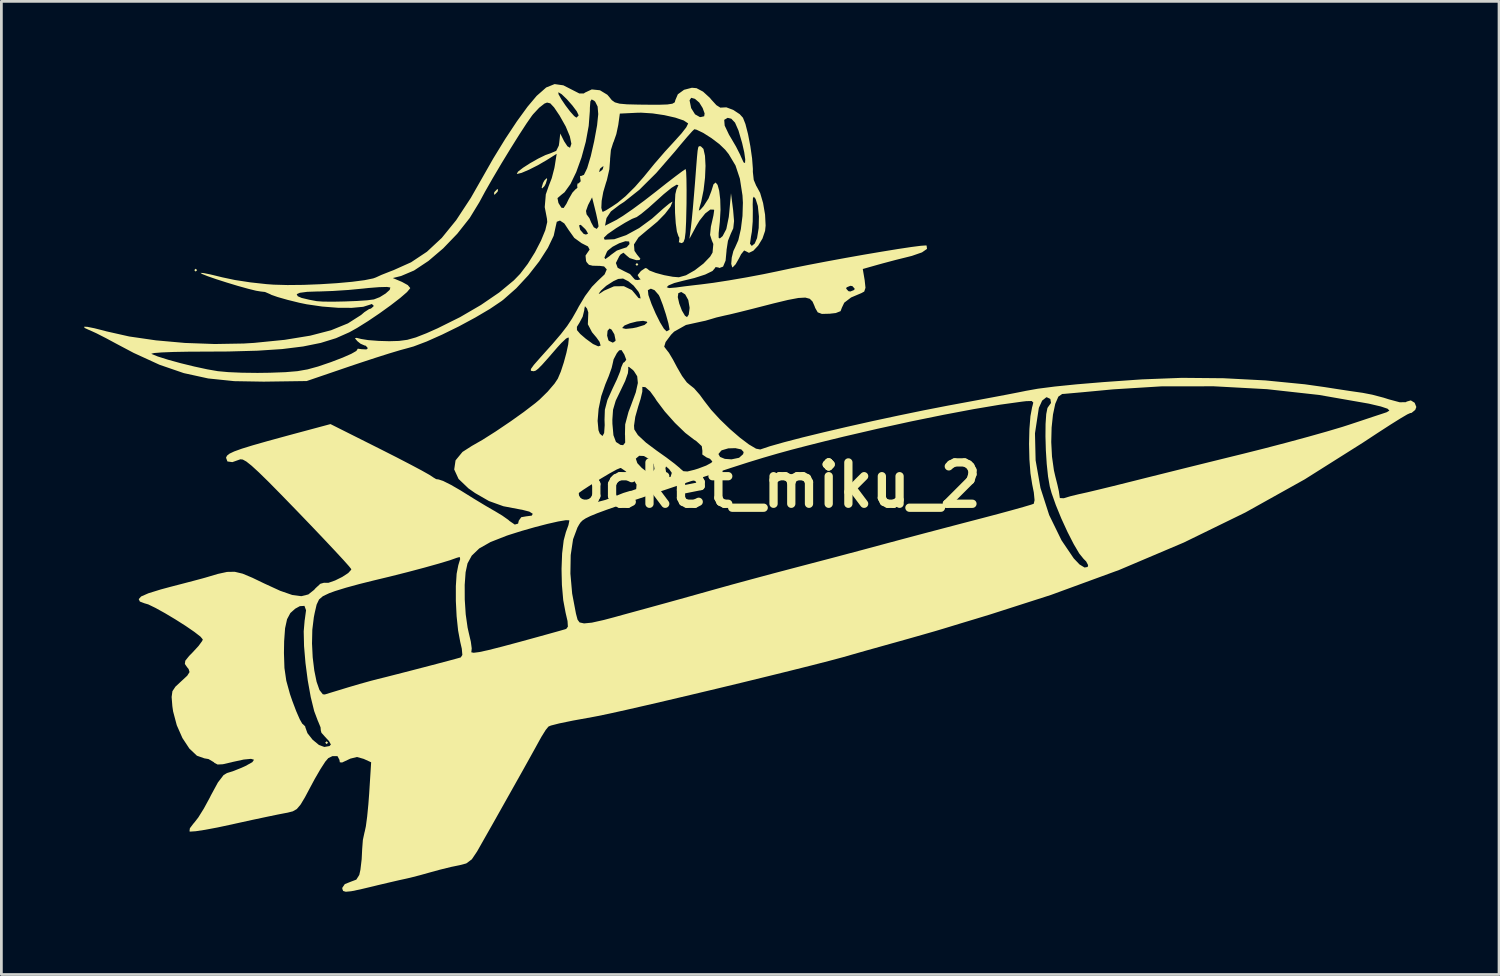
<source format=kicad_pcb>
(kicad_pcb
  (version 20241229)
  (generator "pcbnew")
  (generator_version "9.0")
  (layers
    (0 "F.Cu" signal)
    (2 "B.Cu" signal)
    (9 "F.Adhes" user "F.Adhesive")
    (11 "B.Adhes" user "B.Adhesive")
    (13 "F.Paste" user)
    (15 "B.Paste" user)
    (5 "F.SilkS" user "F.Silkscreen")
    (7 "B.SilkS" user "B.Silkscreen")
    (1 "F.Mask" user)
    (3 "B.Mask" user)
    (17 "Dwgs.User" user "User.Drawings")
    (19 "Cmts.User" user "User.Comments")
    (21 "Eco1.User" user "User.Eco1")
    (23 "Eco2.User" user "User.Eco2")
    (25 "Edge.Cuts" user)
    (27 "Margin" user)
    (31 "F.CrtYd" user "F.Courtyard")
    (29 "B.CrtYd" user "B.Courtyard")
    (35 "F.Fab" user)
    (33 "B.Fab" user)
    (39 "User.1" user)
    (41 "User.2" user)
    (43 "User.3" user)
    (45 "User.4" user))
  (footprint "rocket_miku_2"
    (layer "F.Cu")
    (at 24.543 14.544)
    (property "Reference" "rocket_miku_2" (at 0 0 0) (layer "F.SilkS") (effects (font (size 1.5 1.5) (thickness 0.3))))
    (attr board_only exclude_from_pos_files exclude_from_bom)
    (fp_poly (pts (xy -20.444 -7.796) (xy -20.496 -7.744) (xy -20.547 -7.796) (xy -20.496 -7.847)) (stroke (width 0) (type solid)) (fill yes) (layer "F.SilkS"))
    (fp_poly (pts (xy -15.694 9.344) (xy -15.746 9.396) (xy -15.798 9.344) (xy -15.746 9.293)) (stroke (width 0) (type solid)) (fill yes) (layer "F.SilkS"))
    (fp_poly (pts (xy -4.44 -8.002) (xy -4.491 -7.95) (xy -4.543 -8.002) (xy -4.491 -8.054)) (stroke (width 0) (type solid)) (fill yes) (layer "F.SilkS"))
    (fp_poly (pts (xy -9.532 -10.672) (xy -9.551 -10.635) (xy -9.648 -10.536) (xy -9.666 -10.532) (xy -9.673 -10.598) (xy -9.654 -10.635) (xy -9.557 -10.734) (xy -9.539 -10.738)) (stroke (width 0) (type solid)) (fill yes) (layer "F.SilkS"))
    (fp_poly (pts (xy -7.747 -11.1) (xy -7.798 -10.93) (xy -7.847 -10.841) (xy -7.929 -10.759) (xy -7.947 -10.79) (xy -7.896 -10.96) (xy -7.847 -11.048) (xy -7.765 -11.131)) (stroke (width 0) (type solid)) (fill yes) (layer "F.SilkS"))
    (fp_poly (pts (xy -7.159 -14.499) (xy -6.845 -14.339) (xy -6.581 -14.204) (xy -6.419 -14.203) (xy -6.373 -14.236) (xy -6.128 -14.351) (xy -5.832 -14.32) (xy -5.564 -14.157) (xy -5.498 -14.081) (xy -5.401 -13.96) (xy -5.289 -13.881) (xy -5.121 -13.834) (xy -4.852 -13.81) (xy -4.439 -13.8) (xy -4.199 -13.797) (xy -3.708 -13.794) (xy -3.387 -13.805) (xy -3.203 -13.833) (xy -3.118 -13.884) (xy -3.1 -13.953) (xy -2.581 -13.953) (xy -2.524 -13.673) (xy -2.383 -13.447) (xy -2.206 -13.347) (xy -2.182 -13.347) (xy -2.051 -13.377) (xy -2.036 -13.48) (xy -2.107 -13.676) (xy -2.231 -13.875) (xy -2.387 -14.009) (xy -2.522 -14.047) (xy -2.581 -13.958) (xy -2.581 -13.953) (xy -3.1 -13.953) (xy -3.098 -13.962) (xy -3.007 -14.174) (xy -2.782 -14.337) (xy -2.496 -14.411) (xy -2.33 -14.396) (xy -2.093 -14.271) (xy -1.845 -14.045) (xy -1.791 -13.979) (xy -1.608 -13.779) (xy -1.462 -13.688) (xy -1.428 -13.692) (xy -1.248 -13.701) (xy -0.999 -13.608) (xy -0.762 -13.452) (xy -0.645 -13.323) (xy -0.555 -13.095) (xy -0.461 -12.729) (xy -0.377 -12.291) (xy -0.314 -11.849) (xy -0.285 -11.47) (xy -0.286 -11.36) (xy -0.254 -11.068) (xy -0.161 -10.848) (xy -0.153 -10.839) (xy -0.023 -10.599) (xy 0.085 -10.23) (xy 0.157 -9.809) (xy 0.177 -9.414) (xy 0.158 -9.222) (xy 0.063 -8.942) (xy -0.092 -8.687) (xy -0.268 -8.5) (xy -0.428 -8.423) (xy -0.519 -8.471) (xy -0.602 -8.509) (xy -0.713 -8.371) (xy -0.784 -8.232) (xy -0.911 -8.008) (xy -1.014 -7.901) (xy -1.036 -7.901) (xy -1.07 -8.024) (xy -1.052 -8.25) (xy -0.993 -8.488) (xy -0.929 -8.622) (xy -0.87 -8.755) (xy -0.39 -8.755) (xy -0.325 -8.673) (xy -0.218 -8.761) (xy -0.134 -8.957) (xy -0.074 -9.325) (xy -0.066 -9.742) (xy -0.105 -10.122) (xy -0.186 -10.378) (xy -0.251 -10.46) (xy -0.284 -10.404) (xy -0.292 -10.184) (xy -0.287 -9.964) (xy -0.291 -9.561) (xy -0.322 -9.189) (xy -0.354 -9.009) (xy -0.39 -8.755) (xy -0.87 -8.755) (xy -0.813 -8.884) (xy -0.721 -9.285) (xy -0.662 -9.759) (xy -0.647 -10.24) (xy -0.662 -10.505) (xy -0.757 -11.115) (xy -0.915 -11.591) (xy -1.162 -12.004) (xy -1.288 -12.162) (xy -1.501 -12.367) (xy -1.788 -12.584) (xy -2.085 -12.773) (xy -2.327 -12.889) (xy -2.408 -12.907) (xy -2.487 -12.832) (xy -2.666 -12.631) (xy -2.916 -12.337) (xy -3.107 -12.106) (xy -3.79 -11.319) (xy -4.403 -10.71) (xy -4.955 -10.272) (xy -5.125 -10.162) (xy -5.435 -9.925) (xy -5.593 -9.687) (xy -5.6 -9.657) (xy -5.648 -9.407) (xy -5.24 -9.615) (xy -5 -9.762) (xy -4.648 -10.005) (xy -4.231 -10.312) (xy -3.805 -10.642) (xy -3.414 -10.951) (xy -3.082 -11.206) (xy -2.843 -11.384) (xy -2.729 -11.46) (xy -2.724 -11.461) (xy -2.706 -11.364) (xy -2.695 -11.099) (xy -2.69 -10.704) (xy -2.692 -10.218) (xy -2.694 -10.119) (xy -2.707 -9.559) (xy -2.726 -9.175) (xy -2.756 -8.937) (xy -2.801 -8.815) (xy -2.864 -8.777) (xy -2.872 -8.776) (xy -2.974 -8.81) (xy -2.961 -8.844) (xy -2.953 -8.971) (xy -2.985 -9.025) (xy -3.041 -9.192) (xy -3.083 -9.496) (xy -3.108 -9.87) (xy -3.114 -10.244) (xy -3.098 -10.551) (xy -3.058 -10.719) (xy -2.987 -10.877) (xy -3.049 -10.896) (xy -3.231 -10.785) (xy -3.52 -10.55) (xy -3.758 -10.335) (xy -4.07 -10.055) (xy -4.332 -9.839) (xy -4.502 -9.719) (xy -4.538 -9.706) (xy -4.672 -9.653) (xy -4.923 -9.515) (xy -5.237 -9.322) (xy -5.238 -9.322) (xy -5.552 -9.105) (xy -5.691 -8.97) (xy -5.666 -8.905) (xy -5.652 -8.901) (xy -5.311 -8.917) (xy -4.881 -9.065) (xy -4.41 -9.322) (xy -3.945 -9.663) (xy -3.816 -9.778) (xy -3.533 -10.031) (xy -3.32 -10.208) (xy -3.209 -10.279) (xy -3.201 -10.275) (xy -3.276 -10.093) (xy -3.473 -9.837) (xy -3.747 -9.556) (xy -4.055 -9.299) (xy -4.082 -9.279) (xy -4.434 -8.983) (xy -4.598 -8.728) (xy -4.58 -8.496) (xy -4.485 -8.356) (xy -4.366 -8.211) (xy -4.398 -8.162) (xy -4.514 -8.157) (xy -4.754 -8.233) (xy -4.861 -8.321) (xy -4.979 -8.428) (xy -5.081 -8.367) (xy -5.131 -8.301) (xy -5.254 -8.055) (xy -5.189 -7.881) (xy -4.956 -7.759) (xy -4.741 -7.654) (xy -4.647 -7.547) (xy -4.646 -7.543) (xy -4.561 -7.451) (xy -4.466 -7.436) (xy -4.356 -7.461) (xy -4.412 -7.518) (xy -4.466 -7.616) (xy -4.347 -7.763) (xy -4.334 -7.773) (xy -4.186 -7.872) (xy -4.13 -7.858) (xy -4.039 -7.783) (xy -3.808 -7.695) (xy -3.503 -7.613) (xy -3.189 -7.555) (xy -2.969 -7.537) (xy -2.712 -7.609) (xy -2.393 -7.791) (xy -2.078 -8.033) (xy -1.835 -8.286) (xy -1.748 -8.433) (xy -1.72 -8.744) (xy -1.773 -8.869) (xy -1.838 -9.074) (xy -1.808 -9.373) (xy -1.777 -9.508) (xy -1.715 -9.784) (xy -1.69 -9.96) (xy -1.694 -9.989) (xy -1.827 -9.994) (xy -2.015 -9.851) (xy -2.221 -9.592) (xy -2.331 -9.409) (xy -2.587 -8.931) (xy -2.533 -9.344) (xy -2.503 -9.613) (xy -2.463 -10.028) (xy -2.42 -10.531) (xy -2.382 -10.996) (xy -2.341 -11.534) (xy -2.312 -11.899) (xy -2.29 -12.124) (xy -2.269 -12.242) (xy -2.245 -12.287) (xy -2.212 -12.291) (xy -2.173 -12.287) (xy -2.078 -12.193) (xy -2.022 -11.942) (xy -2.003 -11.578) (xy -2.021 -11.148) (xy -2.074 -10.696) (xy -2.161 -10.268) (xy -2.221 -10.067) (xy -2.247 -9.953) (xy -2.184 -9.992) (xy -2.072 -10.119) (xy -1.893 -10.397) (xy -1.791 -10.663) (xy -1.714 -10.908) (xy -1.636 -10.974) (xy -1.565 -10.888) (xy -1.507 -10.676) (xy -1.47 -10.365) (xy -1.459 -9.982) (xy -1.483 -9.555) (xy -1.491 -9.479) (xy -1.526 -9.14) (xy -1.527 -8.972) (xy -1.486 -8.943) (xy -1.395 -9.019) (xy -1.382 -9.032) (xy -1.249 -9.284) (xy -1.159 -9.724) (xy -1.141 -9.897) (xy -1.079 -10.583) (xy -1.002 -9.975) (xy -0.968 -9.577) (xy -0.997 -9.311) (xy -1.082 -9.127) (xy -1.189 -8.86) (xy -1.24 -8.529) (xy -1.241 -8.496) (xy -1.275 -8.142) (xy -1.366 -7.924) (xy -1.498 -7.874) (xy -1.537 -7.892) (xy -1.642 -7.908) (xy -1.653 -7.879) (xy -1.75 -7.765) (xy -2.015 -7.636) (xy -2.413 -7.508) (xy -2.809 -7.413) (xy -3.133 -7.329) (xy -3.341 -7.244) (xy -3.411 -7.177) (xy -3.326 -7.145) (xy -3.072 -7.166) (xy -2.771 -7.207) (xy -2.379 -7.254) (xy -2.168 -7.278) (xy -1.725 -7.335) (xy -1.152 -7.424) (xy -0.524 -7.532) (xy 0.087 -7.647) (xy 0.586 -7.75) (xy 1.111 -7.862) (xy 1.721 -7.984) (xy 2.386 -8.111) (xy 3.074 -8.238) (xy 3.756 -8.359) (xy 4.401 -8.468) (xy 4.977 -8.562) (xy 5.455 -8.634) (xy 5.803 -8.679) (xy 5.992 -8.692) (xy 6.016 -8.687) (xy 6.03 -8.566) (xy 5.849 -8.44) (xy 5.483 -8.313) (xy 5.317 -8.271) (xy 4.895 -8.166) (xy 4.429 -8.042) (xy 4.251 -7.993) (xy 3.701 -7.837) (xy 3.77 -7.429) (xy 3.799 -7.156) (xy 3.754 -7.019) (xy 3.649 -6.962) (xy 3.278 -6.805) (xy 3.029 -6.615) (xy 2.943 -6.434) (xy 2.895 -6.308) (xy 2.722 -6.24) (xy 2.501 -6.215) (xy 2.218 -6.208) (xy 2.067 -6.265) (xy 1.976 -6.423) (xy 1.948 -6.499) (xy 1.878 -6.657) (xy 1.778 -6.757) (xy 1.617 -6.8) (xy 1.364 -6.786) (xy 0.988 -6.715) (xy 0.46 -6.588) (xy 0.138 -6.505) (xy -0.354 -6.379) (xy -0.793 -6.269) (xy -1.128 -6.188) (xy -1.303 -6.15) (xy -1.608 -6.079) (xy -1.782 -6.027) (xy -2.007 -5.961) (xy -2.117 -5.938) (xy -2.712 -5.807) (xy -3.142 -5.565) (xy -3.253 -5.453) (xy -3.451 -5.188) (xy -3.502 -5.02) (xy -3.421 -4.913) (xy -3.33 -4.797) (xy -3.184 -4.552) (xy -3.037 -4.275) (xy -2.855 -3.959) (xy -2.68 -3.723) (xy -2.567 -3.628) (xy -2.418 -3.51) (xy -2.211 -3.274) (xy -2.048 -3.051) (xy -1.799 -2.729) (xy -1.478 -2.38) (xy -1.119 -2.034) (xy -0.758 -1.722) (xy -0.43 -1.474) (xy -0.17 -1.32) (xy -0.018 -1.291) (xy 0.328 -1.407) (xy 0.847 -1.554) (xy 1.508 -1.726) (xy 2.283 -1.915) (xy 3.14 -2.115) (xy 4.049 -2.319) (xy 4.982 -2.519) (xy 5.907 -2.71) (xy 6.795 -2.883) (xy 7.124 -2.944) (xy 7.778 -3.065) (xy 8.393 -3.18) (xy 8.928 -3.281) (xy 9.343 -3.362) (xy 9.596 -3.413) (xy 9.602 -3.415) (xy 10.051 -3.495) (xy 10.666 -3.574) (xy 11.456 -3.654) (xy 12.431 -3.735) (xy 13.601 -3.818) (xy 13.836 -3.834) (xy 15.274 -3.889) (xy 16.789 -3.875) (xy 18.303 -3.796) (xy 19.737 -3.655) (xy 20.444 -3.555) (xy 20.925 -3.48) (xy 21.379 -3.411) (xy 21.732 -3.36) (xy 21.836 -3.345) (xy 22.181 -3.278) (xy 22.594 -3.169) (xy 22.787 -3.108) (xy 23.177 -3.003) (xy 23.399 -3.007) (xy 23.43 -3.028) (xy 23.58 -3.071) (xy 23.719 -2.984) (xy 23.779 -2.832) (xy 23.739 -2.726) (xy 23.606 -2.618) (xy 23.554 -2.61) (xy 23.45 -2.563) (xy 23.202 -2.417) (xy 22.839 -2.19) (xy 22.388 -1.898) (xy 21.875 -1.561) (xy 21.834 -1.534) (xy 19.73 -0.207) (xy 17.578 0.994) (xy 15.346 2.084) (xy 13.005 3.077) (xy 10.521 3.987) (xy 8.312 4.696) (xy 7.786 4.856) (xy 7.285 5.007) (xy 6.869 5.134) (xy 6.606 5.214) (xy 6.328 5.297) (xy 5.906 5.418) (xy 5.396 5.563) (xy 4.851 5.716) (xy 4.8 5.73) (xy 4.292 5.872) (xy 3.848 5.996) (xy 3.511 6.092) (xy 3.321 6.146) (xy 3.304 6.151) (xy 2.976 6.245) (xy 2.477 6.378) (xy 1.835 6.543) (xy 1.081 6.732) (xy 0.243 6.939) (xy -0.649 7.157) (xy -1.565 7.378) (xy -2.476 7.595) (xy -3.352 7.802) (xy -4.164 7.991) (xy -4.882 8.155) (xy -5.477 8.287) (xy -5.92 8.379) (xy -6.092 8.412) (xy -6.803 8.541) (xy -7.309 8.645) (xy -7.611 8.722) (xy -7.699 8.759) (xy -7.801 8.884) (xy -7.953 9.128) (xy -8.045 9.293) (xy -8.175 9.53) (xy -8.388 9.914) (xy -8.664 10.409) (xy -8.986 10.982) (xy -9.333 11.599) (xy -9.686 12.227) (xy -10.028 12.83) (xy -10.288 13.289) (xy -10.48 13.575) (xy -10.682 13.724) (xy -10.921 13.787) (xy -11.228 13.85) (xy -11.634 13.95) (xy -11.977 14.044) (xy -12.364 14.152) (xy -12.706 14.24) (xy -12.907 14.286) (xy -13.124 14.333) (xy -13.477 14.415) (xy -13.901 14.515) (xy -14.042 14.55) (xy -14.533 14.667) (xy -14.858 14.733) (xy -15.051 14.751) (xy -15.146 14.723) (xy -15.176 14.649) (xy -15.178 14.608) (xy -15.086 14.473) (xy -14.88 14.391) (xy -14.669 14.311) (xy -14.561 14.14) (xy -14.52 13.954) (xy -14.475 13.572) (xy -14.456 13.197) (xy -14.431 12.87) (xy -14.371 12.592) (xy -14.366 12.578) (xy -14.323 12.379) (xy -14.276 12.028) (xy -14.232 11.579) (xy -14.203 11.197) (xy -14.131 10.055) (xy -14.401 9.932) (xy -14.644 9.863) (xy -14.884 9.922) (xy -14.977 9.966) (xy -15.184 10.063) (xy -15.267 10.055) (xy -15.281 9.966) (xy -15.353 9.831) (xy -15.539 9.833) (xy -15.686 9.905) (xy -15.795 10.032) (xy -15.968 10.3) (xy -16.178 10.662) (xy -16.31 10.908) (xy -16.531 11.323) (xy -16.692 11.591) (xy -16.827 11.75) (xy -16.972 11.834) (xy -17.161 11.882) (xy -17.248 11.898) (xy -17.517 11.95) (xy -17.936 12.037) (xy -18.453 12.147) (xy -19.017 12.271) (xy -19.177 12.307) (xy -19.702 12.419) (xy -20.154 12.504) (xy -20.497 12.556) (xy -20.691 12.569) (xy -20.72 12.562) (xy -20.706 12.448) (xy -20.573 12.272) (xy -20.558 12.258) (xy -20.401 12.057) (xy -20.198 11.731) (xy -19.987 11.343) (xy -19.944 11.256) (xy -19.689 10.787) (xy -19.482 10.517) (xy -19.359 10.445) (xy -19.145 10.379) (xy -18.839 10.257) (xy -18.689 10.189) (xy -18.441 10.051) (xy -18.379 9.963) (xy -18.489 9.93) (xy -18.754 9.956) (xy -19.16 10.044) (xy -19.179 10.05) (xy -19.508 10.126) (xy -19.699 10.136) (xy -19.812 10.079) (xy -19.837 10.052) (xy -20.029 9.938) (xy -20.18 9.912) (xy -20.45 9.817) (xy -20.724 9.558) (xy -20.976 9.176) (xy -21.181 8.712) (xy -21.315 8.207) (xy -21.342 8.018) (xy -21.368 7.686) (xy -21.339 7.477) (xy -21.228 7.31) (xy -21.022 7.119) (xy -20.801 6.914) (xy -20.718 6.783) (xy -20.751 6.674) (xy -20.805 6.608) (xy -20.888 6.489) (xy -20.872 6.371) (xy -20.735 6.2) (xy -20.629 6.092) (xy -17.294 6.092) (xy -17.276 6.636) (xy -17.209 7.097) (xy -17.074 7.585) (xy -16.993 7.821) (xy -16.849 8.202) (xy -16.721 8.495) (xy -16.629 8.656) (xy -16.606 8.673) (xy -16.523 8.753) (xy -16.52 8.781) (xy -16.442 8.998) (xy -16.254 9.237) (xy -16.023 9.428) (xy -15.83 9.499) (xy -15.645 9.467) (xy -15.591 9.412) (xy -15.66 9.285) (xy -15.798 9.137) (xy -15.934 8.985) (xy -15.957 8.902) (xy -15.966 8.787) (xy -16.053 8.575) (xy -16.062 8.558) (xy -16.197 8.199) (xy -16.322 7.69) (xy -16.43 7.089) (xy -16.513 6.453) (xy -16.565 5.839) (xy -16.567 5.745) (xy -16.276 5.745) (xy -16.251 6.251) (xy -16.193 6.727) (xy -16.11 7.134) (xy -16.005 7.434) (xy -15.885 7.588) (xy -15.814 7.596) (xy -15.631 7.54) (xy -15.319 7.445) (xy -14.972 7.339) (xy -14.551 7.215) (xy -14.142 7.101) (xy -13.887 7.035) (xy -13.604 6.965) (xy -13.205 6.863) (xy -12.734 6.742) (xy -12.237 6.613) (xy -11.759 6.488) (xy -11.343 6.378) (xy -11.036 6.295) (xy -10.883 6.252) (xy -10.88 6.251) (xy -10.823 6.161) (xy -10.843 5.934) (xy -10.899 5.692) (xy -10.977 5.275) (xy -11.031 4.758) (xy -11.059 4.202) (xy -11.059 3.668) (xy -11.056 3.62) (xy -10.738 3.62) (xy -10.736 4.151) (xy -10.701 4.688) (xy -10.633 5.169) (xy -10.59 5.361) (xy -10.515 5.682) (xy -10.483 5.922) (xy -10.491 6.006) (xy -10.499 6.065) (xy -10.413 6.083) (xy -10.212 6.058) (xy -9.877 5.985) (xy -9.385 5.86) (xy -8.717 5.681) (xy -8.699 5.676) (xy -8.161 5.528) (xy -7.691 5.398) (xy -7.325 5.296) (xy -7.101 5.232) (xy -7.055 5.217) (xy -6.995 5.136) (xy -7.008 4.933) (xy -7.079 4.627) (xy -7.164 4.174) (xy -7.212 3.623) (xy -7.222 3.212) (xy -6.904 3.212) (xy -6.84 3.936) (xy -6.702 4.664) (xy -6.644 4.882) (xy -6.571 4.982) (xy -6.408 5.018) (xy -6.125 4.99) (xy -5.695 4.894) (xy -5.317 4.794) (xy -4.975 4.699) (xy -4.517 4.574) (xy -4.024 4.439) (xy -3.872 4.397) (xy -3.388 4.264) (xy -2.787 4.097) (xy -2.152 3.919) (xy -1.645 3.777) (xy -1.049 3.611) (xy -0.334 3.417) (xy 0.416 3.215) (xy 1.12 3.029) (xy 1.246 2.996) (xy 1.89 2.827) (xy 2.558 2.652) (xy 3.182 2.486) (xy 3.694 2.35) (xy 3.82 2.316) (xy 4.611 2.103) (xy 5.287 1.922) (xy 5.915 1.755) (xy 6.557 1.586) (xy 7.279 1.396) (xy 8.027 1.201) (xy 8.607 1.048) (xy 9.118 0.909) (xy 9.528 0.794) (xy 9.801 0.713) (xy 9.902 0.678) (xy 9.932 0.549) (xy 9.905 0.269) (xy 9.846 -0.026) (xy 9.783 -0.425) (xy 9.745 -0.933) (xy 9.732 -1.489) (xy 9.741 -1.877) (xy 9.947 -1.877) (xy 9.97 -0.898) (xy 10.146 0.105) (xy 10.462 1.088) (xy 10.91 2.005) (xy 11.353 2.659) (xy 11.563 2.88) (xy 11.745 2.99) (xy 11.857 2.971) (xy 11.874 2.904) (xy 11.803 2.77) (xy 11.71 2.677) (xy 11.553 2.483) (xy 11.352 2.142) (xy 11.128 1.704) (xy 10.904 1.216) (xy 10.704 0.728) (xy 10.549 0.289) (xy 10.485 0.057) (xy 10.421 -0.311) (xy 10.373 -0.767) (xy 10.341 -1.267) (xy 10.333 -1.561) (xy 10.537 -1.561) (xy 10.564 -1.032) (xy 10.634 -0.533) (xy 10.683 -0.32) (xy 10.763 -0.003) (xy 10.814 0.226) (xy 10.824 0.3) (xy 10.849 0.471) (xy 10.994 0.478) (xy 11.022 0.468) (xy 11.239 0.403) (xy 11.545 0.329) (xy 11.616 0.314) (xy 11.867 0.258) (xy 12.268 0.162) (xy 12.769 0.04) (xy 13.321 -0.098) (xy 13.474 -0.136) (xy 13.999 -0.268) (xy 14.673 -0.436) (xy 15.447 -0.629) (xy 16.271 -0.833) (xy 17.094 -1.036) (xy 17.501 -1.136) (xy 18.288 -1.334) (xy 19.086 -1.543) (xy 19.849 -1.75) (xy 20.53 -1.942) (xy 21.083 -2.106) (xy 21.322 -2.183) (xy 21.805 -2.343) (xy 22.224 -2.483) (xy 22.537 -2.586) (xy 22.699 -2.64) (xy 22.704 -2.642) (xy 22.802 -2.701) (xy 22.736 -2.769) (xy 22.494 -2.85) (xy 22.061 -2.952) (xy 22.024 -2.959) (xy 20.25 -3.269) (xy 18.363 -3.478) (xy 16.431 -3.583) (xy 14.523 -3.58) (xy 12.772 -3.471) (xy 12.191 -3.416) (xy 11.68 -3.368) (xy 11.276 -3.332) (xy 11.015 -3.309) (xy 10.934 -3.304) (xy 10.795 -3.208) (xy 10.682 -2.946) (xy 10.6 -2.558) (xy 10.55 -2.084) (xy 10.537 -1.561) (xy 10.333 -1.561) (xy 10.327 -1.765) (xy 10.331 -2.216) (xy 10.355 -2.574) (xy 10.399 -2.795) (xy 10.428 -2.839) (xy 10.528 -2.978) (xy 10.504 -3.124) (xy 10.376 -3.185) (xy 10.355 -3.182) (xy 10.207 -3.063) (xy 10.091 -2.809) (xy 10.085 -2.787) (xy 9.947 -1.877) (xy 9.741 -1.877) (xy 9.745 -2.032) (xy 9.782 -2.499) (xy 9.844 -2.83) (xy 9.853 -2.857) (xy 9.886 -2.993) (xy 9.827 -3.049) (xy 9.629 -3.044) (xy 9.483 -3.027) (xy 8.682 -2.916) (xy 7.719 -2.754) (xy 6.633 -2.549) (xy 5.459 -2.31) (xy 4.235 -2.042) (xy 2.998 -1.755) (xy 2.323 -1.59) (xy 1.684 -1.429) (xy 1.125 -1.284) (xy 0.609 -1.142) (xy 0.096 -0.993) (xy -0.453 -0.825) (xy -1.075 -0.625) (xy -1.809 -0.383) (xy -2.694 -0.087) (xy -2.839 -0.038) (xy -3.771 0.275) (xy -4.527 0.529) (xy -5.127 0.734) (xy -5.59 0.896) (xy -5.935 1.023) (xy -6.183 1.125) (xy -6.353 1.209) (xy -6.463 1.282) (xy -6.535 1.354) (xy -6.587 1.432) (xy -6.639 1.524) (xy -6.647 1.537) (xy -6.807 1.966) (xy -6.893 2.54) (xy -6.904 3.212) (xy -7.222 3.212) (xy -7.225 3.037) (xy -7.204 2.477) (xy -7.147 2.004) (xy -7.067 1.705) (xy -6.975 1.454) (xy -6.943 1.297) (xy -6.948 1.277) (xy -7.072 1.274) (xy -7.35 1.321) (xy -7.739 1.409) (xy -8.194 1.527) (xy -8.674 1.664) (xy -9.134 1.809) (xy -9.217 1.837) (xy -9.8 2.066) (xy -10.211 2.299) (xy -10.482 2.56) (xy -10.636 2.842) (xy -10.705 3.162) (xy -10.738 3.62) (xy -11.056 3.62) (xy -11.03 3.216) (xy -10.97 2.908) (xy -10.902 2.684) (xy -10.919 2.609) (xy -11.027 2.639) (xy -11.271 2.726) (xy -11.676 2.848) (xy -12.201 2.995) (xy -12.807 3.156) (xy -13.453 3.319) (xy -14.042 3.461) (xy -14.559 3.59) (xy -15.046 3.723) (xy -15.441 3.845) (xy -15.655 3.923) (xy -15.882 4.031) (xy -16.021 4.15) (xy -16.109 4.336) (xy -16.181 4.648) (xy -16.21 4.797) (xy -16.265 5.247) (xy -16.276 5.745) (xy -16.567 5.745) (xy -16.577 5.305) (xy -16.543 4.906) (xy -16.537 4.875) (xy -16.492 4.541) (xy -16.55 4.382) (xy -16.718 4.392) (xy -16.885 4.484) (xy -17.061 4.641) (xy -17.181 4.866) (xy -17.253 5.194) (xy -17.287 5.664) (xy -17.294 6.092) (xy -20.629 6.092) (xy -20.602 6.064) (xy -20.391 5.835) (xy -20.26 5.656) (xy -20.237 5.599) (xy -20.321 5.498) (xy -20.543 5.326) (xy -20.86 5.108) (xy -21.23 4.873) (xy -21.608 4.647) (xy -21.951 4.457) (xy -22.217 4.328) (xy -22.351 4.289) (xy -22.52 4.225) (xy -22.561 4.137) (xy -22.475 4.041) (xy -22.211 3.925) (xy -21.759 3.785) (xy -21.425 3.695) (xy -20.955 3.573) (xy -20.551 3.467) (xy -20.259 3.389) (xy -20.134 3.354) (xy -19.688 3.222) (xy -19.356 3.15) (xy -19.079 3.145) (xy -18.794 3.213) (xy -18.441 3.361) (xy -18.007 3.57) (xy -17.43 3.835) (xy -16.992 3.987) (xy -16.663 4.03) (xy -16.409 3.967) (xy -16.199 3.8) (xy -16.15 3.743) (xy -15.975 3.581) (xy -15.834 3.541) (xy -15.824 3.546) (xy -15.676 3.544) (xy -15.44 3.461) (xy -15.179 3.332) (xy -14.963 3.191) (xy -14.855 3.072) (xy -14.854 3.046) (xy -14.932 2.947) (xy -15.134 2.72) (xy -15.442 2.387) (xy -15.837 1.967) (xy -16.3 1.48) (xy -16.801 0.959) (xy -17.388 0.354) (xy -17.851 -0.116) (xy -18.206 -0.463) (xy -18.469 -0.704) (xy -18.658 -0.854) (xy -18.788 -0.926) (xy -18.876 -0.935) (xy -18.902 -0.925) (xy -19.164 -0.832) (xy -19.344 -0.856) (xy -19.394 -0.991) (xy -19.393 -0.997) (xy -19.358 -1.068) (xy -19.267 -1.14) (xy -19.096 -1.221) (xy -18.824 -1.319) (xy -18.429 -1.441) (xy -17.888 -1.595) (xy -17.179 -1.789) (xy -16.812 -1.888) (xy -15.606 -2.212) (xy -13.766 -1.289) (xy -13.202 -1.003) (xy -12.705 -0.745) (xy -12.302 -0.531) (xy -12.023 -0.374) (xy -11.896 -0.292) (xy -11.891 -0.286) (xy -11.773 -0.215) (xy -11.685 -0.204) (xy -11.521 -0.15) (xy -11.239 -0.009) (xy -10.891 0.192) (xy -10.79 0.255) (xy -10.389 0.504) (xy -9.997 0.741) (xy -9.691 0.919) (xy -9.661 0.935) (xy -9.377 1.106) (xy -9.156 1.262) (xy -9.111 1.303) (xy -8.921 1.433) (xy -8.801 1.398) (xy -8.776 1.291) (xy -8.687 1.166) (xy -8.518 1.136) (xy -8.305 1.108) (xy -8.269 1.042) (xy -8.393 0.963) (xy -8.658 0.895) (xy -8.699 0.889) (xy -9.333 0.768) (xy -9.856 0.58) (xy -9.86 0.578) (xy -6.794 0.578) (xy -6.656 0.666) (xy -6.393 0.688) (xy -6.037 0.644) (xy -5.625 0.536) (xy -5.279 0.404) (xy -4.982 0.286) (xy -4.752 0.216) (xy -4.691 0.207) (xy -4.518 0.146) (xy -4.504 -0.017) (xy -4.647 -0.252) (xy -4.706 -0.318) (xy -4.911 -0.509) (xy -5.064 -0.613) (xy -5.09 -0.62) (xy -5.22 -0.567) (xy -5.471 -0.43) (xy -5.792 -0.239) (xy -6.133 -0.027) (xy -6.444 0.176) (xy -6.673 0.338) (xy -6.77 0.424) (xy -6.794 0.578) (xy -9.86 0.578) (xy -10.362 0.289) (xy -10.6 0.122) (xy -10.961 -0.223) (xy -11.118 -0.565) (xy -11.07 -0.895) (xy -11.018 -0.959) (xy -4.531 -0.959) (xy -4.477 -0.796) (xy -4.317 -0.624) (xy -4.09 -0.448) (xy -3.945 -0.44) (xy -3.853 -0.581) (xy -3.858 -0.614) (xy -3.457 -0.614) (xy -3.433 -0.467) (xy -3.37 -0.285) (xy -3.279 -0.294) (xy -3.269 -0.303) (xy -3.226 -0.443) (xy -3.322 -0.578) (xy -3.435 -0.675) (xy -3.457 -0.614) (xy -3.858 -0.614) (xy -3.88 -0.755) (xy -4.032 -0.934) (xy -4.237 -1.054) (xy -4.408 -1.062) (xy -4.531 -0.959) (xy -11.018 -0.959) (xy -10.818 -1.202) (xy -10.48 -1.419) (xy -10.097 -1.638) (xy -9.614 -1.944) (xy -9.093 -2.296) (xy -9.045 -2.329) (xy -5.917 -2.329) (xy -5.886 -1.989) (xy -5.837 -1.864) (xy -5.74 -1.779) (xy -5.68 -1.887) (xy -5.66 -2.174) (xy -5.666 -2.366) (xy -5.666 -2.372) (xy -5.382 -2.372) (xy -5.38 -2.224) (xy -5.343 -1.808) (xy -5.251 -1.564) (xy -5.089 -1.458) (xy -4.992 -1.447) (xy -4.917 -1.54) (xy -4.922 -1.816) (xy -4.925 -1.835) (xy -4.918 -2.154) (xy -4.596 -2.154) (xy -4.587 -2.018) (xy -4.456 -1.813) (xy -4.161 -1.538) (xy -3.777 -1.251) (xy -3.423 -1) (xy -3.128 -0.777) (xy -2.938 -0.619) (xy -2.905 -0.585) (xy -2.805 -0.503) (xy -2.659 -0.493) (xy -2.405 -0.555) (xy -2.268 -0.598) (xy -1.979 -0.707) (xy -1.793 -0.808) (xy -1.755 -0.855) (xy -1.841 -0.953) (xy -1.965 -1.003) (xy -2.119 -1.108) (xy -2.119 -1.126) (xy -1.535 -1.126) (xy -1.476 -1.021) (xy -1.302 -0.95) (xy -1.06 -0.933) (xy -0.794 -0.988) (xy -0.783 -0.992) (xy -0.64 -1.12) (xy -0.62 -1.198) (xy -0.707 -1.293) (xy -0.92 -1.339) (xy -1.178 -1.331) (xy -1.406 -1.264) (xy -1.433 -1.249) (xy -1.535 -1.126) (xy -2.119 -1.126) (xy -2.116 -1.241) (xy -2.139 -1.412) (xy -2.336 -1.594) (xy -2.412 -1.643) (xy -2.737 -1.893) (xy -3.111 -2.254) (xy -3.477 -2.665) (xy -3.776 -3.061) (xy -3.842 -3.166) (xy -4.012 -3.399) (xy -4.174 -3.543) (xy -4.192 -3.552) (xy -4.298 -3.561) (xy -4.293 -3.524) (xy -4.296 -3.386) (xy -4.359 -3.12) (xy -4.444 -2.852) (xy -4.551 -2.474) (xy -4.596 -2.154) (xy -4.918 -2.154) (xy -4.917 -2.201) (xy -4.797 -2.653) (xy -4.708 -2.885) (xy -4.532 -3.363) (xy -4.457 -3.703) (xy -4.481 -3.947) (xy -4.602 -4.138) (xy -4.651 -4.186) (xy -4.792 -4.295) (xy -4.813 -4.252) (xy -4.802 -4.222) (xy -4.818 -4.058) (xy -4.917 -3.777) (xy -5.071 -3.454) (xy -5.261 -3.06) (xy -5.357 -2.733) (xy -5.382 -2.372) (xy -5.666 -2.372) (xy -5.654 -2.731) (xy -5.561 -3.087) (xy -5.376 -3.497) (xy -5.215 -3.837) (xy -5.101 -4.117) (xy -5.059 -4.273) (xy -4.99 -4.432) (xy -4.941 -4.462) (xy -4.878 -4.545) (xy -4.949 -4.737) (xy -5.051 -4.898) (xy -5.135 -4.886) (xy -5.219 -4.784) (xy -5.337 -4.56) (xy -5.366 -4.427) (xy -5.408 -4.248) (xy -5.513 -3.952) (xy -5.636 -3.656) (xy -5.785 -3.226) (xy -5.881 -2.763) (xy -5.917 -2.329) (xy -9.045 -2.329) (xy -8.594 -2.651) (xy -8.18 -2.968) (xy -8.024 -3.099) (xy -7.73 -3.387) (xy -7.48 -3.679) (xy -7.361 -3.858) (xy -7.253 -4.112) (xy -7.144 -4.445) (xy -7.049 -4.795) (xy -6.983 -5.104) (xy -6.962 -5.31) (xy -6.974 -5.357) (xy -7.062 -5.313) (xy -7.235 -5.15) (xy -7.372 -5) (xy -7.702 -4.619) (xy -7.925 -4.369) (xy -8.069 -4.223) (xy -8.16 -4.152) (xy -8.227 -4.131) (xy -8.246 -4.13) (xy -8.337 -4.145) (xy -8.337 -4.21) (xy -8.231 -4.357) (xy -8.002 -4.618) (xy -7.959 -4.666) (xy -7.549 -5.123) (xy -7.248 -5.476) (xy -7.045 -5.739) (xy -6.668 -5.739) (xy -6.666 -5.621) (xy -6.546 -5.48) (xy -6.346 -5.308) (xy -6.083 -5.116) (xy -5.893 -5.031) (xy -5.807 -5.06) (xy -5.847 -5.196) (xy -5.964 -5.359) (xy -6.016 -5.42) (xy -5.572 -5.42) (xy -5.526 -5.256) (xy -5.507 -5.231) (xy -5.364 -5.165) (xy -5.27 -5.227) (xy -5.266 -5.257) (xy -5.31 -5.469) (xy -5.41 -5.638) (xy -5.483 -5.679) (xy -5.556 -5.597) (xy -5.572 -5.42) (xy -6.016 -5.42) (xy -6.12 -5.544) (xy -6.205 -5.707) (xy -5.02 -5.707) (xy -5.016 -5.692) (xy -4.895 -5.665) (xy -4.646 -5.69) (xy -4.499 -5.72) (xy -4.217 -5.807) (xy -4.115 -5.893) (xy -4.129 -5.926) (xy -4.265 -5.957) (xy -4.493 -5.933) (xy -4.742 -5.87) (xy -4.941 -5.789) (xy -5.02 -5.707) (xy -6.205 -5.707) (xy -6.271 -5.832) (xy -6.264 -6.01) (xy -6.255 -6.261) (xy -6.301 -6.402) (xy -6.376 -6.488) (xy -6.399 -6.385) (xy -6.4 -6.347) (xy -6.459 -6.108) (xy -6.574 -5.891) (xy -6.668 -5.739) (xy -7.045 -5.739) (xy -7.023 -5.767) (xy -6.842 -6.041) (xy -6.67 -6.343) (xy -6.598 -6.479) (xy -6.372 -6.856) (xy -6.309 -6.941) (xy -5.879 -6.941) (xy -5.843 -6.944) (xy -5.682 -7.052) (xy -5.322 -7.209) (xy -4.966 -7.214) (xy -4.674 -7.072) (xy -4.583 -6.966) (xy -4.433 -6.784) (xy -4.358 -6.769) (xy -4.387 -6.912) (xy -4.435 -7.012) (xy -4.48 -7.069) (xy -4.094 -7.069) (xy -4.075 -6.892) (xy -3.961 -6.567) (xy -3.811 -6.22) (xy -3.653 -5.903) (xy -3.512 -5.671) (xy -3.416 -5.576) (xy -3.413 -5.576) (xy -3.311 -5.632) (xy -3.309 -5.653) (xy -3.35 -5.869) (xy -3.44 -6.192) (xy -3.552 -6.534) (xy -3.659 -6.812) (xy -3.662 -6.818) (xy -3.009 -6.818) (xy -2.955 -6.581) (xy -2.859 -6.329) (xy -2.748 -6.142) (xy -2.674 -6.092) (xy -2.612 -6.182) (xy -2.582 -6.404) (xy -2.581 -6.441) (xy -2.628 -6.712) (xy -2.741 -6.916) (xy -2.883 -7.004) (xy -2.99 -6.96) (xy -3.009 -6.818) (xy -3.662 -6.818) (xy -3.698 -6.892) (xy -3.852 -7.069) (xy -3.986 -7.124) (xy 3.098 -7.124) (xy 3.181 -7.033) (xy 3.252 -7.021) (xy 3.39 -7.077) (xy 3.407 -7.124) (xy 3.324 -7.216) (xy 3.252 -7.228) (xy 3.115 -7.172) (xy 3.098 -7.124) (xy -3.986 -7.124) (xy -4.094 -7.069) (xy -4.48 -7.069) (xy -4.611 -7.234) (xy -4.797 -7.389) (xy -4.994 -7.491) (xy -5.17 -7.476) (xy -5.343 -7.396) (xy -5.604 -7.228) (xy -5.79 -7.059) (xy -5.879 -6.941) (xy -6.309 -6.941) (xy -6.123 -7.192) (xy -5.911 -7.407) (xy -5.663 -7.642) (xy -5.585 -7.823) (xy -5.681 -7.93) (xy -5.834 -7.95) (xy -6.098 -7.956) (xy -6.231 -7.989) (xy -6.308 -8.076) (xy -6.335 -8.123) (xy -6.348 -8.248) (xy -5.671 -8.248) (xy -5.637 -8.196) (xy -5.479 -8.309) (xy -5.44 -8.345) (xy -5.22 -8.505) (xy -5.033 -8.57) (xy -4.864 -8.625) (xy -4.76 -8.742) (xy -4.774 -8.835) (xy -4.91 -8.845) (xy -5.135 -8.77) (xy -5.374 -8.644) (xy -5.548 -8.505) (xy -5.578 -8.463) (xy -5.671 -8.248) (xy -6.348 -8.248) (xy -6.355 -8.323) (xy -6.309 -8.394) (xy -6.207 -8.541) (xy -6.267 -8.656) (xy -6.498 -8.773) (xy -6.763 -8.965) (xy -6.967 -9.251) (xy -7.079 -9.421) (xy -6.589 -9.421) (xy -6.548 -9.256) (xy -6.421 -9.11) (xy -6.34 -9.086) (xy -6.263 -9.12) (xy -6.334 -9.245) (xy -6.371 -9.29) (xy -6.53 -9.441) (xy -6.589 -9.421) (xy -7.079 -9.421) (xy -7.125 -9.49) (xy -7.282 -9.594) (xy -7.398 -9.55) (xy -7.434 -9.393) (xy -7.51 -9.043) (xy -7.72 -8.604) (xy -8.034 -8.115) (xy -8.426 -7.613) (xy -8.867 -7.138) (xy -9.329 -6.73) (xy -9.4 -6.675) (xy -9.822 -6.39) (xy -10.356 -6.075) (xy -10.95 -5.755) (xy -11.555 -5.458) (xy -12.118 -5.207) (xy -12.591 -5.028) (xy -12.811 -4.966) (xy -13.073 -4.895) (xy -13.483 -4.772) (xy -13.996 -4.609) (xy -14.564 -4.422) (xy -14.877 -4.317) (xy -16.469 -3.773) (xy -18.027 -3.751) (xy -19.094 -3.769) (xy -20.042 -3.867) (xy -20.928 -4.061) (xy -21.808 -4.364) (xy -22.68 -4.764) (xy -22.102 -4.764) (xy -22.096 -4.756) (xy -21.871 -4.664) (xy -21.499 -4.547) (xy -21.038 -4.42) (xy -20.543 -4.299) (xy -20.071 -4.197) (xy -19.69 -4.131) (xy -19.32 -4.097) (xy -18.817 -4.075) (xy -18.252 -4.068) (xy -17.811 -4.074) (xy -17.242 -4.095) (xy -16.808 -4.131) (xy -16.436 -4.196) (xy -16.054 -4.301) (xy -15.591 -4.459) (xy -15.57 -4.467) (xy -15.163 -4.623) (xy -14.85 -4.761) (xy -14.669 -4.864) (xy -14.64 -4.907) (xy -14.616 -4.947) (xy -14.481 -4.929) (xy -14.303 -4.919) (xy -14.249 -4.966) (xy -14.329 -5.056) (xy -14.359 -5.059) (xy -14.515 -5.126) (xy -14.63 -5.219) (xy -14.72 -5.325) (xy -14.661 -5.34) (xy -14.494 -5.299) (xy -14.238 -5.258) (xy -13.86 -5.229) (xy -13.474 -5.218) (xy -13.122 -5.228) (xy -12.821 -5.268) (xy -12.509 -5.356) (xy -12.124 -5.507) (xy -11.715 -5.689) (xy -10.906 -6.091) (xy -10.149 -6.532) (xy -9.485 -6.986) (xy -8.955 -7.425) (xy -8.727 -7.661) (xy -8.45 -8.024) (xy -8.19 -8.441) (xy -7.971 -8.864) (xy -7.814 -9.246) (xy -7.744 -9.541) (xy -7.754 -9.661) (xy -7.808 -9.943) (xy -6.338 -9.943) (xy -6.317 -9.818) (xy -6.315 -9.817) (xy -6.214 -9.679) (xy -6.15 -9.525) (xy -6.056 -9.351) (xy -5.949 -9.291) (xy -5.887 -9.371) (xy -5.885 -9.402) (xy -5.909 -9.562) (xy -5.969 -9.838) (xy -6.002 -9.973) (xy -6.022 -10.054) (xy -5.782 -10.054) (xy -5.744 -9.92) (xy -5.723 -9.912) (xy -5.612 -9.966) (xy -5.389 -10.105) (xy -5.2 -10.232) (xy -4.906 -10.474) (xy -4.562 -10.815) (xy -4.236 -11.187) (xy -4.2 -11.232) (xy -3.858 -11.651) (xy -3.474 -12.095) (xy -3.129 -12.471) (xy -3.126 -12.475) (xy -2.874 -12.754) (xy -2.699 -12.979) (xy -2.635 -13.11) (xy -2.637 -13.12) (xy -2.793 -13.224) (xy -2.862 -13.247) (xy -1.325 -13.247) (xy -1.308 -13.039) (xy -1.151 -12.708) (xy -1.08 -12.59) (xy -0.896 -12.276) (xy -0.749 -11.986) (xy -0.715 -11.906) (xy -0.622 -11.704) (xy -0.57 -11.68) (xy -0.562 -11.811) (xy -0.599 -12.073) (xy -0.675 -12.405) (xy -0.808 -12.862) (xy -0.933 -13.146) (xy -1.068 -13.288) (xy -1.2 -13.32) (xy -1.325 -13.247) (xy -2.862 -13.247) (xy -3.098 -13.327) (xy -3.495 -13.417) (xy -3.925 -13.481) (xy -4.333 -13.507) (xy -4.472 -13.505) (xy -5.111 -13.474) (xy -5.168 -13.061) (xy -5.238 -12.73) (xy -5.336 -12.449) (xy -5.353 -12.415) (xy -5.435 -12.153) (xy -5.465 -11.826) (xy -5.464 -11.796) (xy -5.492 -11.449) (xy -5.581 -11.06) (xy -5.615 -10.958) (xy -5.712 -10.631) (xy -5.77 -10.31) (xy -5.782 -10.054) (xy -6.022 -10.054) (xy -6.118 -10.435) (xy -6.263 -10.156) (xy -6.338 -9.943) (xy -7.808 -9.943) (xy -7.835 -10.082) (xy -7.807 -10.408) (xy -7.372 -10.408) (xy -7.339 -10.238) (xy -7.329 -10.218) (xy -7.23 -10.06) (xy -7.15 -10.049) (xy -7.049 -10.2) (xy -6.963 -10.377) (xy -6.83 -10.608) (xy -6.715 -10.732) (xy -6.694 -10.738) (xy -6.643 -10.802) (xy -6.66 -10.841) (xy -6.645 -10.936) (xy -6.603 -10.945) (xy -6.53 -11.02) (xy -6.544 -11.105) (xy -6.555 -11.214) (xy -6.516 -11.21) (xy -6.413 -11.253) (xy -6.358 -11.364) (xy -5.86 -11.364) (xy -5.846 -11.358) (xy -5.752 -11.43) (xy -5.73 -11.461) (xy -5.704 -11.558) (xy -5.718 -11.564) (xy -5.813 -11.492) (xy -5.834 -11.461) (xy -5.86 -11.364) (xy -6.358 -11.364) (xy -6.295 -11.496) (xy -6.164 -11.934) (xy -6.041 -12.474) (xy -5.936 -13.048) (xy -5.894 -13.456) (xy -5.917 -13.731) (xy -6.004 -13.904) (xy -6.04 -13.939) (xy -6.133 -13.989) (xy -6.18 -13.917) (xy -6.197 -13.687) (xy -6.199 -13.564) (xy -6.24 -13.029) (xy -6.346 -12.452) (xy -6.502 -11.879) (xy -6.692 -11.352) (xy -6.902 -10.918) (xy -7.116 -10.62) (xy -7.23 -10.53) (xy -7.372 -10.408) (xy -7.807 -10.408) (xy -7.796 -10.543) (xy -7.695 -10.836) (xy -7.58 -11.133) (xy -7.486 -11.495) (xy -7.472 -11.572) (xy -7.402 -12.015) (xy -7.753 -11.794) (xy -8.082 -11.602) (xy -8.407 -11.438) (xy -8.674 -11.324) (xy -8.831 -11.286) (xy -8.848 -11.292) (xy -8.802 -11.37) (xy -8.623 -11.509) (xy -8.363 -11.676) (xy -8.074 -11.84) (xy -7.808 -11.97) (xy -7.639 -12.029) (xy -7.419 -12.121) (xy -7.324 -12.312) (xy -7.308 -12.423) (xy -7.272 -12.752) (xy -7.132 -12.471) (xy -7.012 -12.288) (xy -6.919 -12.235) (xy -6.917 -12.236) (xy -6.868 -12.379) (xy -6.925 -12.65) (xy -7.073 -13.006) (xy -7.295 -13.4) (xy -7.495 -13.697) (xy -7.633 -13.845) (xy -7.75 -13.874) (xy -7.844 -13.838) (xy -8.037 -13.686) (xy -8.258 -13.449) (xy -8.3 -13.396) (xy -8.497 -13.113) (xy -8.767 -12.698) (xy -9.081 -12.196) (xy -9.411 -11.655) (xy -9.727 -11.12) (xy -10.001 -10.64) (xy -10.205 -10.262) (xy -10.206 -10.26) (xy -10.556 -9.687) (xy -11.006 -9.117) (xy -11.518 -8.585) (xy -12.053 -8.129) (xy -12.574 -7.783) (xy -13.041 -7.585) (xy -13.055 -7.581) (xy -13.345 -7.509) (xy -13.013 -7.369) (xy -12.802 -7.253) (xy -12.715 -7.149) (xy -12.717 -7.136) (xy -12.83 -7) (xy -13.079 -6.785) (xy -13.424 -6.519) (xy -13.825 -6.23) (xy -14.244 -5.947) (xy -14.639 -5.7) (xy -14.92 -5.543) (xy -15.405 -5.328) (xy -15.957 -5.157) (xy -16.599 -5.027) (xy -17.357 -4.933) (xy -18.255 -4.874) (xy -19.317 -4.845) (xy -20.083 -4.841) (xy -20.744 -4.838) (xy -21.301 -4.828) (xy -21.729 -4.811) (xy -22.004 -4.789) (xy -22.102 -4.764) (xy -22.68 -4.764) (xy -22.74 -4.791) (xy -23.361 -5.12) (xy -23.748 -5.328) (xy -24.089 -5.502) (xy -24.326 -5.611) (xy -24.375 -5.63) (xy -24.525 -5.7) (xy -24.543 -5.744) (xy -24.429 -5.74) (xy -24.169 -5.688) (xy -23.814 -5.598) (xy -23.735 -5.576) (xy -22.909 -5.39) (xy -21.938 -5.249) (xy -20.884 -5.155) (xy -19.805 -5.116) (xy -18.759 -5.134) (xy -18.379 -5.157) (xy -17.267 -5.268) (xy -16.341 -5.419) (xy -15.583 -5.616) (xy -14.973 -5.865) (xy -14.496 -6.169) (xy -14.375 -6.273) (xy -14.207 -6.383) (xy -14.138 -6.402) (xy -14.046 -6.481) (xy -14.042 -6.511) (xy -14.108 -6.568) (xy -14.162 -6.547) (xy -14.42 -6.466) (xy -14.83 -6.428) (xy -15.341 -6.431) (xy -15.904 -6.475) (xy -16.469 -6.557) (xy -16.735 -6.612) (xy -17.164 -6.718) (xy -17.519 -6.819) (xy -17.749 -6.899) (xy -17.788 -6.92) (xy -16.83 -6.92) (xy -16.793 -6.849) (xy -16.654 -6.788) (xy -16.375 -6.722) (xy -16.107 -6.671) (xy -15.882 -6.655) (xy -15.519 -6.651) (xy -15.085 -6.66) (xy -14.648 -6.677) (xy -14.275 -6.702) (xy -14.035 -6.733) (xy -14.03 -6.734) (xy -13.818 -6.816) (xy -13.607 -6.947) (xy -13.458 -7.08) (xy -13.434 -7.167) (xy -13.558 -7.186) (xy -13.837 -7.179) (xy -14.22 -7.149) (xy -14.415 -7.128) (xy -14.951 -7.077) (xy -15.524 -7.04) (xy -16.02 -7.022) (xy -16.082 -7.022) (xy -16.452 -7.009) (xy -16.718 -6.974) (xy -16.829 -6.925) (xy -16.83 -6.92) (xy -17.788 -6.92) (xy -17.806 -6.929) (xy -17.981 -7.004) (xy -18.134 -7.021) (xy -18.306 -7.049) (xy -18.6 -7.122) (xy -18.97 -7.225) (xy -19.369 -7.346) (xy -19.75 -7.468) (xy -20.065 -7.577) (xy -20.269 -7.659) (xy -20.319 -7.697) (xy -20.209 -7.69) (xy -19.952 -7.638) (xy -19.599 -7.552) (xy -19.522 -7.533) (xy -19.073 -7.438) (xy -18.511 -7.352) (xy -17.927 -7.288) (xy -17.666 -7.269) (xy -17.166 -7.255) (xy -16.588 -7.261) (xy -15.976 -7.285) (xy -15.373 -7.323) (xy -14.823 -7.373) (xy -14.369 -7.432) (xy -14.056 -7.496) (xy -13.96 -7.531) (xy -13.759 -7.623) (xy -13.456 -7.743) (xy -13.32 -7.795) (xy -12.684 -8.08) (xy -12.108 -8.463) (xy -11.569 -8.965) (xy -11.046 -9.609) (xy -10.516 -10.416) (xy -10.126 -11.1) (xy -9.704 -11.842) (xy -9.269 -12.552) (xy -8.845 -13.192) (xy -8.459 -13.723) (xy -8.135 -14.108) (xy -8.124 -14.12) (xy -7.977 -14.249) (xy -7.34 -14.249) (xy -7.336 -14.178) (xy -7.238 -14.002) (xy -7.085 -13.775) (xy -6.915 -13.551) (xy -6.767 -13.384) (xy -6.686 -13.326) (xy -6.61 -13.398) (xy -6.608 -13.419) (xy -6.673 -13.556) (xy -6.833 -13.769) (xy -7.033 -13.996) (xy -7.22 -14.176) (xy -7.34 -14.249) (xy -7.977 -14.249) (xy -7.782 -14.421) (xy -7.477 -14.544)) (stroke (width 0) (type solid)) (fill yes) (layer "F.SilkS")))
  (gr_rect
    (start -3 -3)
    (end 51.322 32.296)
    (stroke (width 0.1) (type default))
    (fill no)
    (layer "Edge.Cuts")))
</source>
